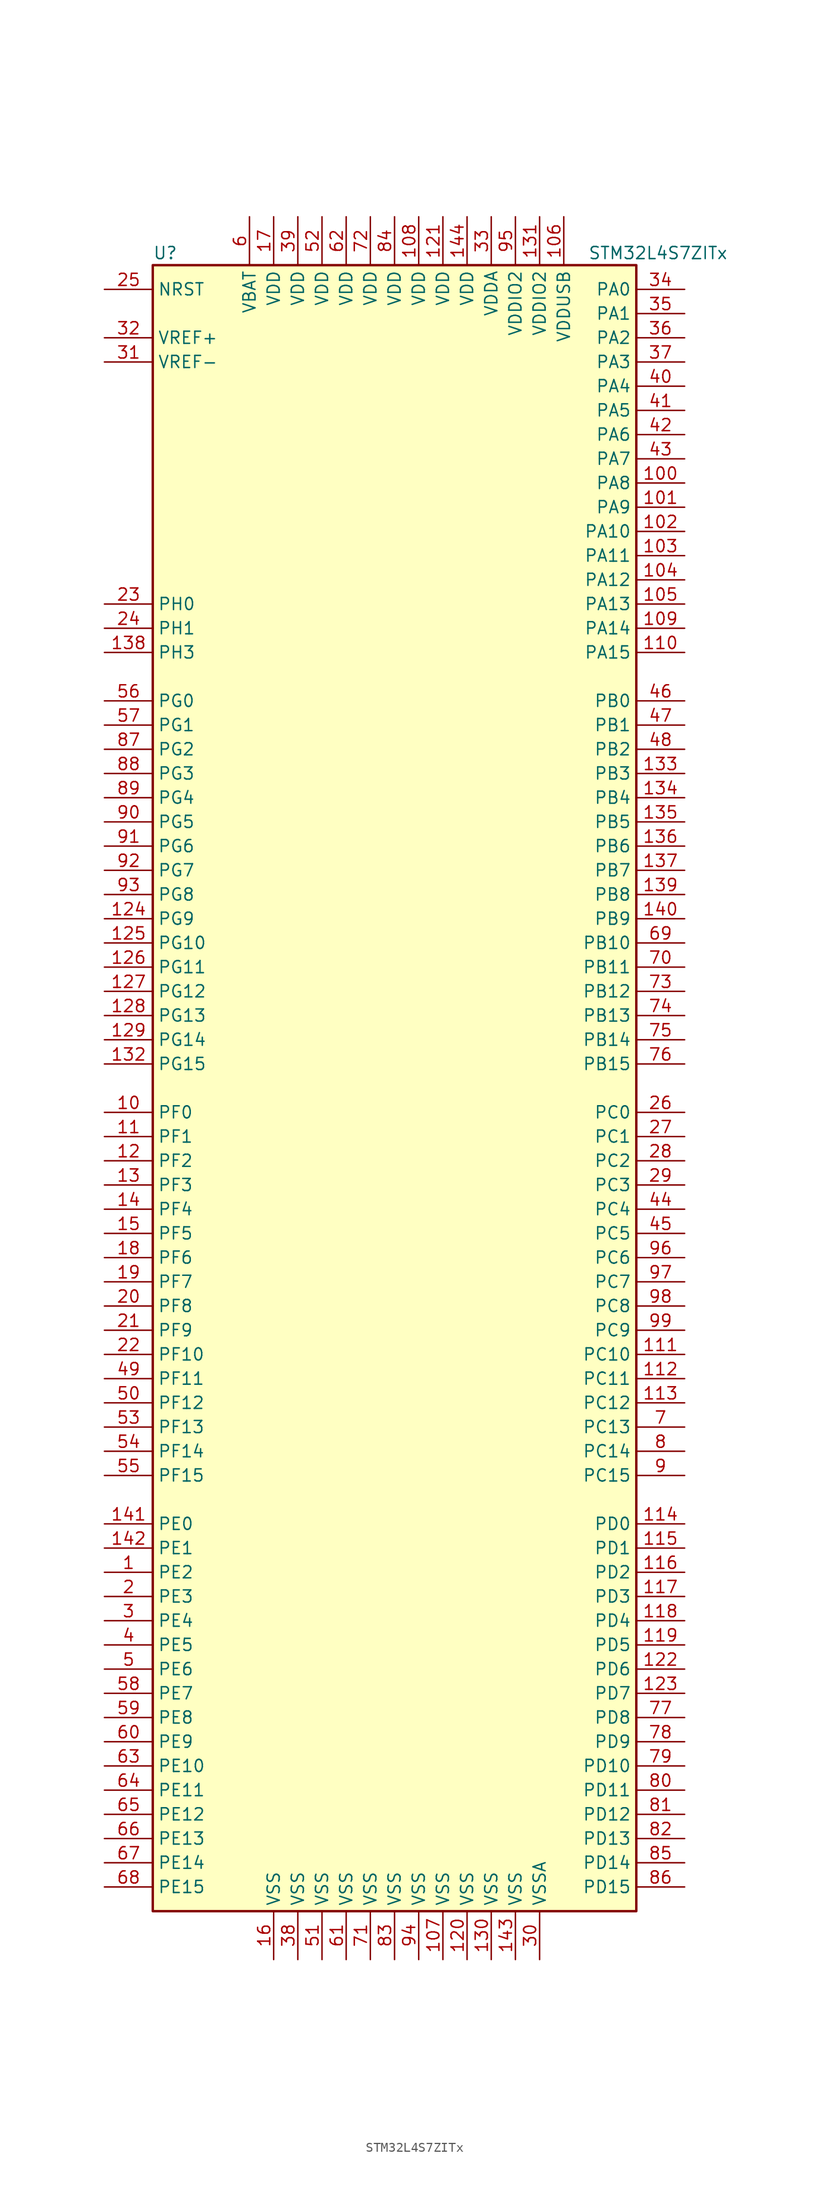
<source format=kicad_sym>
(kicad_symbol_lib
  (version 20201005)
  (generator kicad_symbol_editor)
  (symbol "MCU_ST_STM32L4+:STM32L4S7ZITx"
    (property "Reference" "U"
      (at -25.4 87.63 0)
      (effects (font (size 1.27 1.27)) (justify left)))
    (property "Value" "STM32L4S7ZITx"
      (at 20.32 87.63 0)
      (effects (font (size 1.27 1.27)) (justify left)))
    (symbol "STM32L4S7ZITx_0_1"
      (rectangle (start -25.4 -86.36) (end 25.4 86.36) (stroke (width 0.254)) (fill (type background))))
    (symbol "STM32L4S7ZITx_1_1"
      (pin input line (at -30.48 83.82 0) (length 5.08) (name "NRST" (effects (font (size 1.27 1.27)))) (number "25" (effects (font (size 1.27 1.27)))))
      (pin bidirectional line (at 30.48 83.82 180) (length 5.08) (name "PA0" (effects (font (size 1.27 1.27)))) (number "34" (effects (font (size 1.27 1.27)))))
      (pin bidirectional line (at 30.48 81.28 180) (length 5.08) (name "PA1" (effects (font (size 1.27 1.27)))) (number "35" (effects (font (size 1.27 1.27)))))
      (pin bidirectional line (at 30.48 58.42 180) (length 5.08) (name "PA10" (effects (font (size 1.27 1.27)))) (number "102" (effects (font (size 1.27 1.27)))))
      (pin bidirectional line (at 30.48 55.88 180) (length 5.08) (name "PA11" (effects (font (size 1.27 1.27)))) (number "103" (effects (font (size 1.27 1.27)))))
      (pin bidirectional line (at 30.48 53.34 180) (length 5.08) (name "PA12" (effects (font (size 1.27 1.27)))) (number "104" (effects (font (size 1.27 1.27)))))
      (pin bidirectional line (at 30.48 50.8 180) (length 5.08) (name "PA13" (effects (font (size 1.27 1.27)))) (number "105" (effects (font (size 1.27 1.27)))))
      (pin bidirectional line (at 30.48 48.26 180) (length 5.08) (name "PA14" (effects (font (size 1.27 1.27)))) (number "109" (effects (font (size 1.27 1.27)))))
      (pin bidirectional line (at 30.48 45.72 180) (length 5.08) (name "PA15" (effects (font (size 1.27 1.27)))) (number "110" (effects (font (size 1.27 1.27)))))
      (pin bidirectional line (at 30.48 78.74 180) (length 5.08) (name "PA2" (effects (font (size 1.27 1.27)))) (number "36" (effects (font (size 1.27 1.27)))))
      (pin bidirectional line (at 30.48 76.2 180) (length 5.08) (name "PA3" (effects (font (size 1.27 1.27)))) (number "37" (effects (font (size 1.27 1.27)))))
      (pin bidirectional line (at 30.48 73.66 180) (length 5.08) (name "PA4" (effects (font (size 1.27 1.27)))) (number "40" (effects (font (size 1.27 1.27)))))
      (pin bidirectional line (at 30.48 71.12 180) (length 5.08) (name "PA5" (effects (font (size 1.27 1.27)))) (number "41" (effects (font (size 1.27 1.27)))))
      (pin bidirectional line (at 30.48 68.58 180) (length 5.08) (name "PA6" (effects (font (size 1.27 1.27)))) (number "42" (effects (font (size 1.27 1.27)))))
      (pin bidirectional line (at 30.48 66.04 180) (length 5.08) (name "PA7" (effects (font (size 1.27 1.27)))) (number "43" (effects (font (size 1.27 1.27)))))
      (pin bidirectional line (at 30.48 63.5 180) (length 5.08) (name "PA8" (effects (font (size 1.27 1.27)))) (number "100" (effects (font (size 1.27 1.27)))))
      (pin bidirectional line (at 30.48 60.96 180) (length 5.08) (name "PA9" (effects (font (size 1.27 1.27)))) (number "101" (effects (font (size 1.27 1.27)))))
      (pin bidirectional line (at 30.48 40.64 180) (length 5.08) (name "PB0" (effects (font (size 1.27 1.27)))) (number "46" (effects (font (size 1.27 1.27)))))
      (pin bidirectional line (at 30.48 38.1 180) (length 5.08) (name "PB1" (effects (font (size 1.27 1.27)))) (number "47" (effects (font (size 1.27 1.27)))))
      (pin bidirectional line (at 30.48 15.24 180) (length 5.08) (name "PB10" (effects (font (size 1.27 1.27)))) (number "69" (effects (font (size 1.27 1.27)))))
      (pin bidirectional line (at 30.48 12.7 180) (length 5.08) (name "PB11" (effects (font (size 1.27 1.27)))) (number "70" (effects (font (size 1.27 1.27)))))
      (pin bidirectional line (at 30.48 10.16 180) (length 5.08) (name "PB12" (effects (font (size 1.27 1.27)))) (number "73" (effects (font (size 1.27 1.27)))))
      (pin bidirectional line (at 30.48 7.62 180) (length 5.08) (name "PB13" (effects (font (size 1.27 1.27)))) (number "74" (effects (font (size 1.27 1.27)))))
      (pin bidirectional line (at 30.48 5.08 180) (length 5.08) (name "PB14" (effects (font (size 1.27 1.27)))) (number "75" (effects (font (size 1.27 1.27)))))
      (pin bidirectional line (at 30.48 2.54 180) (length 5.08) (name "PB15" (effects (font (size 1.27 1.27)))) (number "76" (effects (font (size 1.27 1.27)))))
      (pin bidirectional line (at 30.48 35.56 180) (length 5.08) (name "PB2" (effects (font (size 1.27 1.27)))) (number "48" (effects (font (size 1.27 1.27)))))
      (pin bidirectional line (at 30.48 33.02 180) (length 5.08) (name "PB3" (effects (font (size 1.27 1.27)))) (number "133" (effects (font (size 1.27 1.27)))))
      (pin bidirectional line (at 30.48 30.48 180) (length 5.08) (name "PB4" (effects (font (size 1.27 1.27)))) (number "134" (effects (font (size 1.27 1.27)))))
      (pin bidirectional line (at 30.48 27.94 180) (length 5.08) (name "PB5" (effects (font (size 1.27 1.27)))) (number "135" (effects (font (size 1.27 1.27)))))
      (pin bidirectional line (at 30.48 25.4 180) (length 5.08) (name "PB6" (effects (font (size 1.27 1.27)))) (number "136" (effects (font (size 1.27 1.27)))))
      (pin bidirectional line (at 30.48 22.86 180) (length 5.08) (name "PB7" (effects (font (size 1.27 1.27)))) (number "137" (effects (font (size 1.27 1.27)))))
      (pin bidirectional line (at 30.48 20.32 180) (length 5.08) (name "PB8" (effects (font (size 1.27 1.27)))) (number "139" (effects (font (size 1.27 1.27)))))
      (pin bidirectional line (at 30.48 17.78 180) (length 5.08) (name "PB9" (effects (font (size 1.27 1.27)))) (number "140" (effects (font (size 1.27 1.27)))))
      (pin bidirectional line (at 30.48 -2.54 180) (length 5.08) (name "PC0" (effects (font (size 1.27 1.27)))) (number "26" (effects (font (size 1.27 1.27)))))
      (pin bidirectional line (at 30.48 -5.08 180) (length 5.08) (name "PC1" (effects (font (size 1.27 1.27)))) (number "27" (effects (font (size 1.27 1.27)))))
      (pin bidirectional line (at 30.48 -27.94 180) (length 5.08) (name "PC10" (effects (font (size 1.27 1.27)))) (number "111" (effects (font (size 1.27 1.27)))))
      (pin bidirectional line (at 30.48 -30.48 180) (length 5.08) (name "PC11" (effects (font (size 1.27 1.27)))) (number "112" (effects (font (size 1.27 1.27)))))
      (pin bidirectional line (at 30.48 -33.02 180) (length 5.08) (name "PC12" (effects (font (size 1.27 1.27)))) (number "113" (effects (font (size 1.27 1.27)))))
      (pin bidirectional line (at 30.48 -35.56 180) (length 5.08) (name "PC13" (effects (font (size 1.27 1.27)))) (number "7" (effects (font (size 1.27 1.27)))))
      (pin bidirectional line (at 30.48 -38.1 180) (length 5.08) (name "PC14" (effects (font (size 1.27 1.27)))) (number "8" (effects (font (size 1.27 1.27)))))
      (pin bidirectional line (at 30.48 -40.64 180) (length 5.08) (name "PC15" (effects (font (size 1.27 1.27)))) (number "9" (effects (font (size 1.27 1.27)))))
      (pin bidirectional line (at 30.48 -7.62 180) (length 5.08) (name "PC2" (effects (font (size 1.27 1.27)))) (number "28" (effects (font (size 1.27 1.27)))))
      (pin bidirectional line (at 30.48 -10.16 180) (length 5.08) (name "PC3" (effects (font (size 1.27 1.27)))) (number "29" (effects (font (size 1.27 1.27)))))
      (pin bidirectional line (at 30.48 -12.7 180) (length 5.08) (name "PC4" (effects (font (size 1.27 1.27)))) (number "44" (effects (font (size 1.27 1.27)))))
      (pin bidirectional line (at 30.48 -15.24 180) (length 5.08) (name "PC5" (effects (font (size 1.27 1.27)))) (number "45" (effects (font (size 1.27 1.27)))))
      (pin bidirectional line (at 30.48 -17.78 180) (length 5.08) (name "PC6" (effects (font (size 1.27 1.27)))) (number "96" (effects (font (size 1.27 1.27)))))
      (pin bidirectional line (at 30.48 -20.32 180) (length 5.08) (name "PC7" (effects (font (size 1.27 1.27)))) (number "97" (effects (font (size 1.27 1.27)))))
      (pin bidirectional line (at 30.48 -22.86 180) (length 5.08) (name "PC8" (effects (font (size 1.27 1.27)))) (number "98" (effects (font (size 1.27 1.27)))))
      (pin bidirectional line (at 30.48 -25.4 180) (length 5.08) (name "PC9" (effects (font (size 1.27 1.27)))) (number "99" (effects (font (size 1.27 1.27)))))
      (pin bidirectional line (at 30.48 -45.72 180) (length 5.08) (name "PD0" (effects (font (size 1.27 1.27)))) (number "114" (effects (font (size 1.27 1.27)))))
      (pin bidirectional line (at 30.48 -48.26 180) (length 5.08) (name "PD1" (effects (font (size 1.27 1.27)))) (number "115" (effects (font (size 1.27 1.27)))))
      (pin bidirectional line (at 30.48 -71.12 180) (length 5.08) (name "PD10" (effects (font (size 1.27 1.27)))) (number "79" (effects (font (size 1.27 1.27)))))
      (pin bidirectional line (at 30.48 -73.66 180) (length 5.08) (name "PD11" (effects (font (size 1.27 1.27)))) (number "80" (effects (font (size 1.27 1.27)))))
      (pin bidirectional line (at 30.48 -76.2 180) (length 5.08) (name "PD12" (effects (font (size 1.27 1.27)))) (number "81" (effects (font (size 1.27 1.27)))))
      (pin bidirectional line (at 30.48 -78.74 180) (length 5.08) (name "PD13" (effects (font (size 1.27 1.27)))) (number "82" (effects (font (size 1.27 1.27)))))
      (pin bidirectional line (at 30.48 -81.28 180) (length 5.08) (name "PD14" (effects (font (size 1.27 1.27)))) (number "85" (effects (font (size 1.27 1.27)))))
      (pin bidirectional line (at 30.48 -83.82 180) (length 5.08) (name "PD15" (effects (font (size 1.27 1.27)))) (number "86" (effects (font (size 1.27 1.27)))))
      (pin bidirectional line (at 30.48 -50.8 180) (length 5.08) (name "PD2" (effects (font (size 1.27 1.27)))) (number "116" (effects (font (size 1.27 1.27)))))
      (pin bidirectional line (at 30.48 -53.34 180) (length 5.08) (name "PD3" (effects (font (size 1.27 1.27)))) (number "117" (effects (font (size 1.27 1.27)))))
      (pin bidirectional line (at 30.48 -55.88 180) (length 5.08) (name "PD4" (effects (font (size 1.27 1.27)))) (number "118" (effects (font (size 1.27 1.27)))))
      (pin bidirectional line (at 30.48 -58.42 180) (length 5.08) (name "PD5" (effects (font (size 1.27 1.27)))) (number "119" (effects (font (size 1.27 1.27)))))
      (pin bidirectional line (at 30.48 -60.96 180) (length 5.08) (name "PD6" (effects (font (size 1.27 1.27)))) (number "122" (effects (font (size 1.27 1.27)))))
      (pin bidirectional line (at 30.48 -63.5 180) (length 5.08) (name "PD7" (effects (font (size 1.27 1.27)))) (number "123" (effects (font (size 1.27 1.27)))))
      (pin bidirectional line (at 30.48 -66.04 180) (length 5.08) (name "PD8" (effects (font (size 1.27 1.27)))) (number "77" (effects (font (size 1.27 1.27)))))
      (pin bidirectional line (at 30.48 -68.58 180) (length 5.08) (name "PD9" (effects (font (size 1.27 1.27)))) (number "78" (effects (font (size 1.27 1.27)))))
      (pin bidirectional line (at -30.48 -45.72 0) (length 5.08) (name "PE0" (effects (font (size 1.27 1.27)))) (number "141" (effects (font (size 1.27 1.27)))))
      (pin bidirectional line (at -30.48 -48.26 0) (length 5.08) (name "PE1" (effects (font (size 1.27 1.27)))) (number "142" (effects (font (size 1.27 1.27)))))
      (pin bidirectional line (at -30.48 -71.12 0) (length 5.08) (name "PE10" (effects (font (size 1.27 1.27)))) (number "63" (effects (font (size 1.27 1.27)))))
      (pin bidirectional line (at -30.48 -73.66 0) (length 5.08) (name "PE11" (effects (font (size 1.27 1.27)))) (number "64" (effects (font (size 1.27 1.27)))))
      (pin bidirectional line (at -30.48 -76.2 0) (length 5.08) (name "PE12" (effects (font (size 1.27 1.27)))) (number "65" (effects (font (size 1.27 1.27)))))
      (pin bidirectional line (at -30.48 -78.74 0) (length 5.08) (name "PE13" (effects (font (size 1.27 1.27)))) (number "66" (effects (font (size 1.27 1.27)))))
      (pin bidirectional line (at -30.48 -81.28 0) (length 5.08) (name "PE14" (effects (font (size 1.27 1.27)))) (number "67" (effects (font (size 1.27 1.27)))))
      (pin bidirectional line (at -30.48 -83.82 0) (length 5.08) (name "PE15" (effects (font (size 1.27 1.27)))) (number "68" (effects (font (size 1.27 1.27)))))
      (pin bidirectional line (at -30.48 -50.8 0) (length 5.08) (name "PE2" (effects (font (size 1.27 1.27)))) (number "1" (effects (font (size 1.27 1.27)))))
      (pin bidirectional line (at -30.48 -53.34 0) (length 5.08) (name "PE3" (effects (font (size 1.27 1.27)))) (number "2" (effects (font (size 1.27 1.27)))))
      (pin bidirectional line (at -30.48 -55.88 0) (length 5.08) (name "PE4" (effects (font (size 1.27 1.27)))) (number "3" (effects (font (size 1.27 1.27)))))
      (pin bidirectional line (at -30.48 -58.42 0) (length 5.08) (name "PE5" (effects (font (size 1.27 1.27)))) (number "4" (effects (font (size 1.27 1.27)))))
      (pin bidirectional line (at -30.48 -60.96 0) (length 5.08) (name "PE6" (effects (font (size 1.27 1.27)))) (number "5" (effects (font (size 1.27 1.27)))))
      (pin bidirectional line (at -30.48 -63.5 0) (length 5.08) (name "PE7" (effects (font (size 1.27 1.27)))) (number "58" (effects (font (size 1.27 1.27)))))
      (pin bidirectional line (at -30.48 -66.04 0) (length 5.08) (name "PE8" (effects (font (size 1.27 1.27)))) (number "59" (effects (font (size 1.27 1.27)))))
      (pin bidirectional line (at -30.48 -68.58 0) (length 5.08) (name "PE9" (effects (font (size 1.27 1.27)))) (number "60" (effects (font (size 1.27 1.27)))))
      (pin bidirectional line (at -30.48 -2.54 0) (length 5.08) (name "PF0" (effects (font (size 1.27 1.27)))) (number "10" (effects (font (size 1.27 1.27)))))
      (pin bidirectional line (at -30.48 -5.08 0) (length 5.08) (name "PF1" (effects (font (size 1.27 1.27)))) (number "11" (effects (font (size 1.27 1.27)))))
      (pin bidirectional line (at -30.48 -27.94 0) (length 5.08) (name "PF10" (effects (font (size 1.27 1.27)))) (number "22" (effects (font (size 1.27 1.27)))))
      (pin bidirectional line (at -30.48 -30.48 0) (length 5.08) (name "PF11" (effects (font (size 1.27 1.27)))) (number "49" (effects (font (size 1.27 1.27)))))
      (pin bidirectional line (at -30.48 -33.02 0) (length 5.08) (name "PF12" (effects (font (size 1.27 1.27)))) (number "50" (effects (font (size 1.27 1.27)))))
      (pin bidirectional line (at -30.48 -35.56 0) (length 5.08) (name "PF13" (effects (font (size 1.27 1.27)))) (number "53" (effects (font (size 1.27 1.27)))))
      (pin bidirectional line (at -30.48 -38.1 0) (length 5.08) (name "PF14" (effects (font (size 1.27 1.27)))) (number "54" (effects (font (size 1.27 1.27)))))
      (pin bidirectional line (at -30.48 -40.64 0) (length 5.08) (name "PF15" (effects (font (size 1.27 1.27)))) (number "55" (effects (font (size 1.27 1.27)))))
      (pin bidirectional line (at -30.48 -7.62 0) (length 5.08) (name "PF2" (effects (font (size 1.27 1.27)))) (number "12" (effects (font (size 1.27 1.27)))))
      (pin bidirectional line (at -30.48 -10.16 0) (length 5.08) (name "PF3" (effects (font (size 1.27 1.27)))) (number "13" (effects (font (size 1.27 1.27)))))
      (pin bidirectional line (at -30.48 -12.7 0) (length 5.08) (name "PF4" (effects (font (size 1.27 1.27)))) (number "14" (effects (font (size 1.27 1.27)))))
      (pin bidirectional line (at -30.48 -15.24 0) (length 5.08) (name "PF5" (effects (font (size 1.27 1.27)))) (number "15" (effects (font (size 1.27 1.27)))))
      (pin bidirectional line (at -30.48 -17.78 0) (length 5.08) (name "PF6" (effects (font (size 1.27 1.27)))) (number "18" (effects (font (size 1.27 1.27)))))
      (pin bidirectional line (at -30.48 -20.32 0) (length 5.08) (name "PF7" (effects (font (size 1.27 1.27)))) (number "19" (effects (font (size 1.27 1.27)))))
      (pin bidirectional line (at -30.48 -22.86 0) (length 5.08) (name "PF8" (effects (font (size 1.27 1.27)))) (number "20" (effects (font (size 1.27 1.27)))))
      (pin bidirectional line (at -30.48 -25.4 0) (length 5.08) (name "PF9" (effects (font (size 1.27 1.27)))) (number "21" (effects (font (size 1.27 1.27)))))
      (pin bidirectional line (at -30.48 40.64 0) (length 5.08) (name "PG0" (effects (font (size 1.27 1.27)))) (number "56" (effects (font (size 1.27 1.27)))))
      (pin bidirectional line (at -30.48 38.1 0) (length 5.08) (name "PG1" (effects (font (size 1.27 1.27)))) (number "57" (effects (font (size 1.27 1.27)))))
      (pin bidirectional line (at -30.48 15.24 0) (length 5.08) (name "PG10" (effects (font (size 1.27 1.27)))) (number "125" (effects (font (size 1.27 1.27)))))
      (pin bidirectional line (at -30.48 12.7 0) (length 5.08) (name "PG11" (effects (font (size 1.27 1.27)))) (number "126" (effects (font (size 1.27 1.27)))))
      (pin bidirectional line (at -30.48 10.16 0) (length 5.08) (name "PG12" (effects (font (size 1.27 1.27)))) (number "127" (effects (font (size 1.27 1.27)))))
      (pin bidirectional line (at -30.48 7.62 0) (length 5.08) (name "PG13" (effects (font (size 1.27 1.27)))) (number "128" (effects (font (size 1.27 1.27)))))
      (pin bidirectional line (at -30.48 5.08 0) (length 5.08) (name "PG14" (effects (font (size 1.27 1.27)))) (number "129" (effects (font (size 1.27 1.27)))))
      (pin bidirectional line (at -30.48 2.54 0) (length 5.08) (name "PG15" (effects (font (size 1.27 1.27)))) (number "132" (effects (font (size 1.27 1.27)))))
      (pin bidirectional line (at -30.48 35.56 0) (length 5.08) (name "PG2" (effects (font (size 1.27 1.27)))) (number "87" (effects (font (size 1.27 1.27)))))
      (pin bidirectional line (at -30.48 33.02 0) (length 5.08) (name "PG3" (effects (font (size 1.27 1.27)))) (number "88" (effects (font (size 1.27 1.27)))))
      (pin bidirectional line (at -30.48 30.48 0) (length 5.08) (name "PG4" (effects (font (size 1.27 1.27)))) (number "89" (effects (font (size 1.27 1.27)))))
      (pin bidirectional line (at -30.48 27.94 0) (length 5.08) (name "PG5" (effects (font (size 1.27 1.27)))) (number "90" (effects (font (size 1.27 1.27)))))
      (pin bidirectional line (at -30.48 25.4 0) (length 5.08) (name "PG6" (effects (font (size 1.27 1.27)))) (number "91" (effects (font (size 1.27 1.27)))))
      (pin bidirectional line (at -30.48 22.86 0) (length 5.08) (name "PG7" (effects (font (size 1.27 1.27)))) (number "92" (effects (font (size 1.27 1.27)))))
      (pin bidirectional line (at -30.48 20.32 0) (length 5.08) (name "PG8" (effects (font (size 1.27 1.27)))) (number "93" (effects (font (size 1.27 1.27)))))
      (pin bidirectional line (at -30.48 17.78 0) (length 5.08) (name "PG9" (effects (font (size 1.27 1.27)))) (number "124" (effects (font (size 1.27 1.27)))))
      (pin input line (at -30.48 50.8 0) (length 5.08) (name "PH0" (effects (font (size 1.27 1.27)))) (number "23" (effects (font (size 1.27 1.27)))))
      (pin input line (at -30.48 48.26 0) (length 5.08) (name "PH1" (effects (font (size 1.27 1.27)))) (number "24" (effects (font (size 1.27 1.27)))))
      (pin bidirectional line (at -30.48 45.72 0) (length 5.08) (name "PH3" (effects (font (size 1.27 1.27)))) (number "138" (effects (font (size 1.27 1.27)))))
      (pin power_in line (at -15.24 91.44 270) (length 5.08) (name "VBAT" (effects (font (size 1.27 1.27)))) (number "6" (effects (font (size 1.27 1.27)))))
      (pin power_in line (at 2.54 91.44 270) (length 5.08) (name "VDD" (effects (font (size 1.27 1.27)))) (number "108" (effects (font (size 1.27 1.27)))))
      (pin power_in line (at 5.08 91.44 270) (length 5.08) (name "VDD" (effects (font (size 1.27 1.27)))) (number "121" (effects (font (size 1.27 1.27)))))
      (pin power_in line (at 7.62 91.44 270) (length 5.08) (name "VDD" (effects (font (size 1.27 1.27)))) (number "144" (effects (font (size 1.27 1.27)))))
      (pin power_in line (at -12.7 91.44 270) (length 5.08) (name "VDD" (effects (font (size 1.27 1.27)))) (number "17" (effects (font (size 1.27 1.27)))))
      (pin power_in line (at -10.16 91.44 270) (length 5.08) (name "VDD" (effects (font (size 1.27 1.27)))) (number "39" (effects (font (size 1.27 1.27)))))
      (pin power_in line (at -7.62 91.44 270) (length 5.08) (name "VDD" (effects (font (size 1.27 1.27)))) (number "52" (effects (font (size 1.27 1.27)))))
      (pin power_in line (at -5.08 91.44 270) (length 5.08) (name "VDD" (effects (font (size 1.27 1.27)))) (number "62" (effects (font (size 1.27 1.27)))))
      (pin power_in line (at -2.54 91.44 270) (length 5.08) (name "VDD" (effects (font (size 1.27 1.27)))) (number "72" (effects (font (size 1.27 1.27)))))
      (pin power_in line (at 0 91.44 270) (length 5.08) (name "VDD" (effects (font (size 1.27 1.27)))) (number "84" (effects (font (size 1.27 1.27)))))
      (pin power_in line (at 10.16 91.44 270) (length 5.08) (name "VDDA" (effects (font (size 1.27 1.27)))) (number "33" (effects (font (size 1.27 1.27)))))
      (pin power_in line (at 15.24 91.44 270) (length 5.08) (name "VDDIO2" (effects (font (size 1.27 1.27)))) (number "131" (effects (font (size 1.27 1.27)))))
      (pin power_in line (at 12.7 91.44 270) (length 5.08) (name "VDDIO2" (effects (font (size 1.27 1.27)))) (number "95" (effects (font (size 1.27 1.27)))))
      (pin power_in line (at 17.78 91.44 270) (length 5.08) (name "VDDUSB" (effects (font (size 1.27 1.27)))) (number "106" (effects (font (size 1.27 1.27)))))
      (pin bidirectional line (at -30.48 78.74 0) (length 5.08) (name "VREF+" (effects (font (size 1.27 1.27)))) (number "32" (effects (font (size 1.27 1.27)))))
      (pin power_in line (at -30.48 76.2 0) (length 5.08) (name "VREF-" (effects (font (size 1.27 1.27)))) (number "31" (effects (font (size 1.27 1.27)))))
      (pin power_in line (at 5.08 -91.44 90) (length 5.08) (name "VSS" (effects (font (size 1.27 1.27)))) (number "107" (effects (font (size 1.27 1.27)))))
      (pin power_in line (at 7.62 -91.44 90) (length 5.08) (name "VSS" (effects (font (size 1.27 1.27)))) (number "120" (effects (font (size 1.27 1.27)))))
      (pin power_in line (at 10.16 -91.44 90) (length 5.08) (name "VSS" (effects (font (size 1.27 1.27)))) (number "130" (effects (font (size 1.27 1.27)))))
      (pin power_in line (at 12.7 -91.44 90) (length 5.08) (name "VSS" (effects (font (size 1.27 1.27)))) (number "143" (effects (font (size 1.27 1.27)))))
      (pin power_in line (at -12.7 -91.44 90) (length 5.08) (name "VSS" (effects (font (size 1.27 1.27)))) (number "16" (effects (font (size 1.27 1.27)))))
      (pin power_in line (at -10.16 -91.44 90) (length 5.08) (name "VSS" (effects (font (size 1.27 1.27)))) (number "38" (effects (font (size 1.27 1.27)))))
      (pin power_in line (at -7.62 -91.44 90) (length 5.08) (name "VSS" (effects (font (size 1.27 1.27)))) (number "51" (effects (font (size 1.27 1.27)))))
      (pin power_in line (at -5.08 -91.44 90) (length 5.08) (name "VSS" (effects (font (size 1.27 1.27)))) (number "61" (effects (font (size 1.27 1.27)))))
      (pin power_in line (at -2.54 -91.44 90) (length 5.08) (name "VSS" (effects (font (size 1.27 1.27)))) (number "71" (effects (font (size 1.27 1.27)))))
      (pin power_in line (at 0 -91.44 90) (length 5.08) (name "VSS" (effects (font (size 1.27 1.27)))) (number "83" (effects (font (size 1.27 1.27)))))
      (pin power_in line (at 2.54 -91.44 90) (length 5.08) (name "VSS" (effects (font (size 1.27 1.27)))) (number "94" (effects (font (size 1.27 1.27)))))
      (pin power_in line (at 15.24 -91.44 90) (length 5.08) (name "VSSA" (effects (font (size 1.27 1.27)))) (number "30" (effects (font (size 1.27 1.27))))))))
</source>
